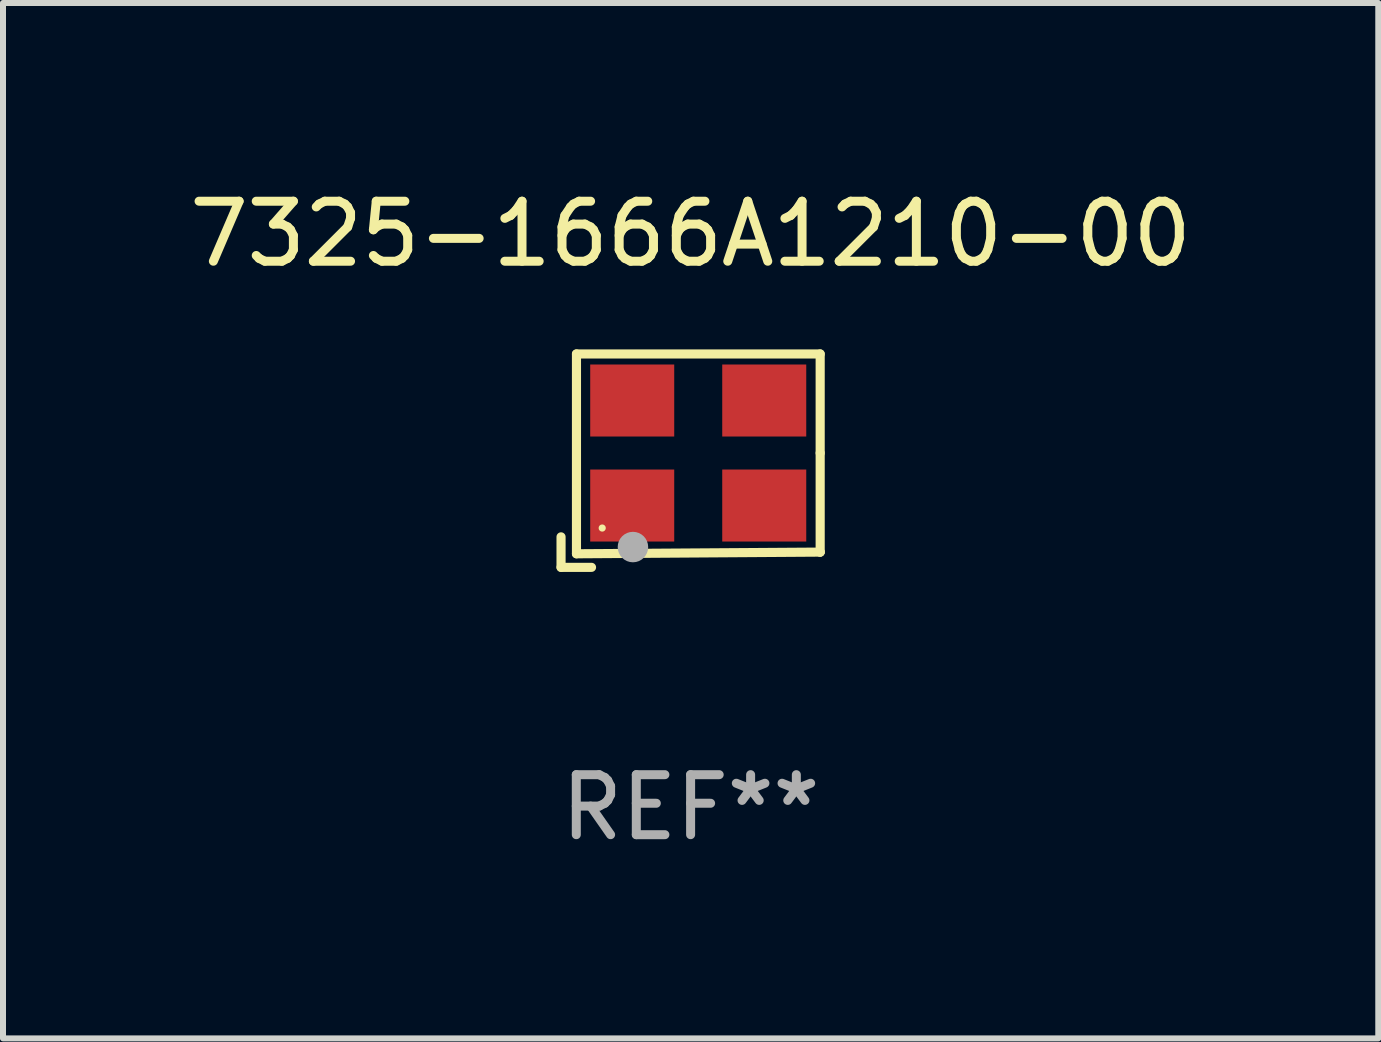
<source format=kicad_pcb>
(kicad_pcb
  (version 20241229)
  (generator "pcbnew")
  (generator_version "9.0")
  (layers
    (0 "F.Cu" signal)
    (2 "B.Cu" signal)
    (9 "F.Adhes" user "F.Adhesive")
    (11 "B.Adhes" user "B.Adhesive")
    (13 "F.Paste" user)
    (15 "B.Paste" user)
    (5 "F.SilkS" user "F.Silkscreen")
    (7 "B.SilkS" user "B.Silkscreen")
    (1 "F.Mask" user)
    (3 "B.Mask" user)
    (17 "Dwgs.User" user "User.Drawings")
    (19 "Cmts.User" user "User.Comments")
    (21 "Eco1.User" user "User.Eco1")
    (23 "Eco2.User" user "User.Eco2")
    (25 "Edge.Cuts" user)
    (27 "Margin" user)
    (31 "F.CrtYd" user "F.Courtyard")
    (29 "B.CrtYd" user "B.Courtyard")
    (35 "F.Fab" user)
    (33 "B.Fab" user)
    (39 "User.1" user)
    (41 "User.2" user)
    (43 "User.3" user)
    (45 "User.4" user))
  (footprint "7325-1666A1210-00"
    (layer "F.Cu")
    (at 8.458 4.626)
    (property "Reference" "7325-1666A1210-00" (at 0 -3.778 0) (layer "F.SilkS") (effects (font (size 1 1) (thickness 0.15))))
    (attr through_hole)
    (fp_line (start -2.159 1.27) (end -2.159 1.778) (stroke (width 0.152) (type solid)) (layer "F.SilkS"))
    (fp_line (start -2.159 1.778) (end -1.651 1.778) (stroke (width 0.152) (type solid)) (layer "F.SilkS"))
    (fp_line (start -1.902 -1.778) (end 2.159 -1.778) (stroke (width 0.152) (type solid)) (layer "F.SilkS"))
    (fp_line (start -1.902 1.552) (end -1.902 -1.778) (stroke (width 0.152) (type solid)) (layer "F.SilkS"))
    (fp_line (start 2.159 -1.778) (end 2.159 -0.127) (stroke (width 0.152) (type solid)) (layer "F.SilkS"))
    (fp_line (start 2.159 -0.127) (end 2.159 1.524) (stroke (width 0.152) (type solid)) (layer "F.SilkS"))
    (fp_line (start 2.159 1.524) (end -1.902 1.552) (stroke (width 0.152) (type solid)) (layer "F.SilkS"))
    (fp_line (start 2.159 1.524) (end 2.159 1.524) (stroke (width 0.152) (type solid)) (layer "F.SilkS"))
    (fp_circle (center -1.473 1.123) (end -1.443 1.123) (stroke (width 0.06) (type solid)) (fill no) (layer "F.SilkS"))
    (fp_circle (center -0.961 1.44) (end -0.834 1.44) (stroke (width 0.254) (type solid)) (fill no) (layer "F.Fab"))
    (fp_text user "REF**" (at 0 5.778 0) (layer "F.Fab") (effects (font (size 1 1) (thickness 0.15))))
    (pad "1" smd rect (at -0.973 0.748) (size 1.4 1.2) (layers "F.Cu" "F.Mask" "F.Paste"))
    (pad "2" smd rect (at 1.227 0.748) (size 1.4 1.2) (layers "F.Cu" "F.Mask" "F.Paste"))
    (pad "3" smd rect (at 1.227 -1.002) (size 1.4 1.2) (layers "F.Cu" "F.Mask" "F.Paste"))
    (pad "4" smd rect (at -0.973 -1.002) (size 1.4 1.2) (layers "F.Cu" "F.Mask" "F.Paste")))
  (gr_rect
    (start -3 -3)
    (end 19.917 14.253)
    (stroke (width 0.1) (type default))
    (fill no)
    (layer "Edge.Cuts")))
</source>
